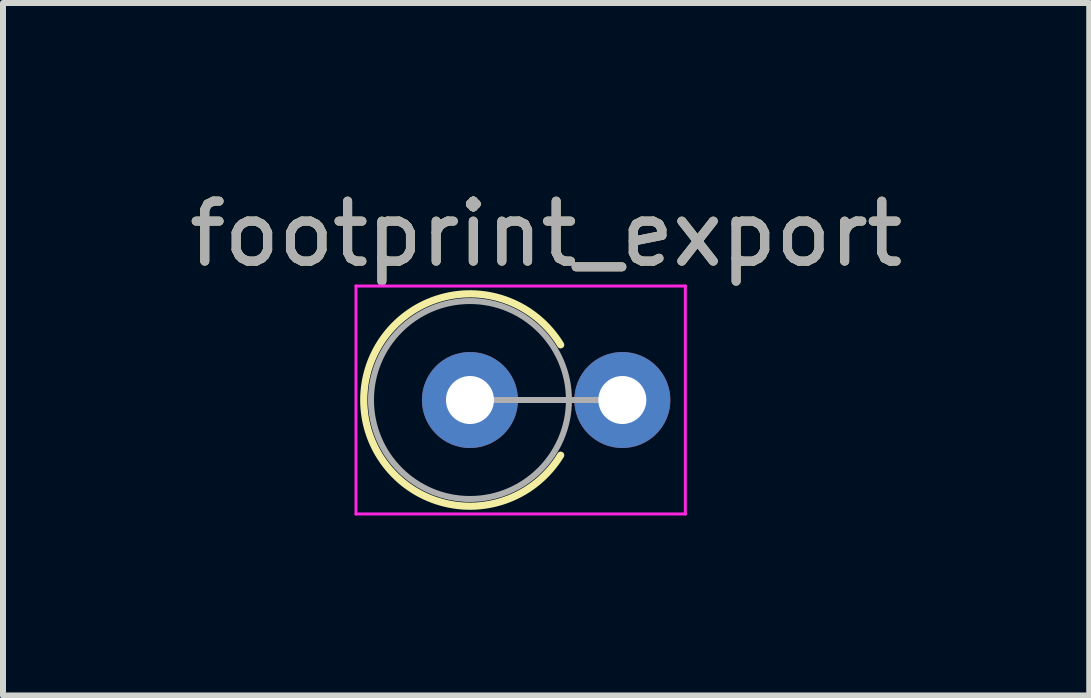
<source format=kicad_pcb>
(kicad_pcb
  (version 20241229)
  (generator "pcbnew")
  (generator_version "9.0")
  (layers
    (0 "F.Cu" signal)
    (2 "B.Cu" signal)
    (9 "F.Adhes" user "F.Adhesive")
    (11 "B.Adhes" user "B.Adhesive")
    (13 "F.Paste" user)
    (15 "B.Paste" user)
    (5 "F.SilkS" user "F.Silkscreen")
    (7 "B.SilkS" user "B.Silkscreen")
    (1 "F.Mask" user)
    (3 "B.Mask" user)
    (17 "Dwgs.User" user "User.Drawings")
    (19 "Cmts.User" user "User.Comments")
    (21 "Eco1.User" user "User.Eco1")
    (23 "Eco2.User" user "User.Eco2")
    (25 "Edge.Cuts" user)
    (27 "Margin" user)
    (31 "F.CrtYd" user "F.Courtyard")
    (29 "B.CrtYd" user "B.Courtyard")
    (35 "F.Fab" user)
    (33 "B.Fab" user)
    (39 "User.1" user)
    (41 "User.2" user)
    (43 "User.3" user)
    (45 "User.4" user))
  (footprint "footprint_export"
    (layer "F.Cu")
    (at 4.784 3.618)
    (property "Reference" "footprint_export" (at 1.27 -2.77 0) (layer "F.SilkS") (effects (font (size 1 1) (thickness 0.15))))
    (attr through_hole)
    (fp_arc (start 1.512118 0.92) (mid -1.77 0) (end 1.512118 -0.92) (stroke (width 0.12) (type solid)) (layer "F.SilkS"))
    (fp_line (start -1.9 -1.9) (end -1.9 1.9) (stroke (width 0.05) (type solid)) (layer "F.CrtYd"))
    (fp_line (start -1.9 1.9) (end 3.59 1.9) (stroke (width 0.05) (type solid)) (layer "F.CrtYd"))
    (fp_line (start 3.59 -1.9) (end -1.9 -1.9) (stroke (width 0.05) (type solid)) (layer "F.CrtYd"))
    (fp_line (start 3.59 1.9) (end 3.59 -1.9) (stroke (width 0.05) (type solid)) (layer "F.CrtYd"))
    (fp_line (start 0 0) (end 2.54 0) (stroke (width 0.1) (type solid)) (layer "F.Fab"))
    (fp_circle (center 0 0) (end 1.65 0) (stroke (width 0.1) (type solid)) (fill no) (layer "F.Fab"))
    (fp_text user "${REFERENCE}" (at 1.27 -2.77 0) (layer "F.Fab") (effects (font (size 1 1) (thickness 0.15))))
    (pad "1" thru_hole circle (at 0 0) (size 1.6 1.6) (drill 0.8) (layers "*.Cu" "*.Mask"))
    (pad "2" thru_hole oval (at 2.54 0) (size 1.6 1.6) (drill 0.8) (layers "*.Cu" "*.Mask")))
  (gr_rect
    (start -3 -3)
    (end 15.107 8.543)
    (stroke (width 0.1) (type default))
    (fill no)
    (layer "Edge.Cuts")))
</source>
